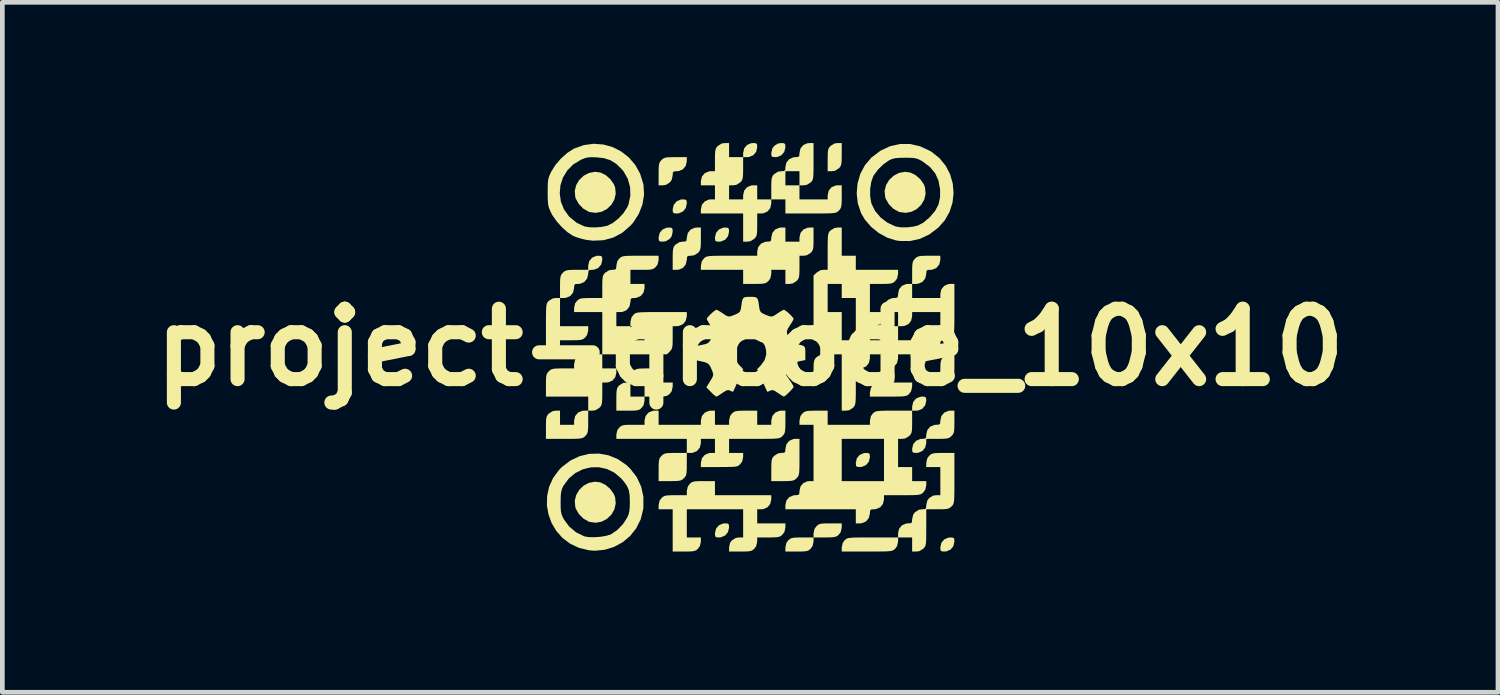
<source format=kicad_pcb>
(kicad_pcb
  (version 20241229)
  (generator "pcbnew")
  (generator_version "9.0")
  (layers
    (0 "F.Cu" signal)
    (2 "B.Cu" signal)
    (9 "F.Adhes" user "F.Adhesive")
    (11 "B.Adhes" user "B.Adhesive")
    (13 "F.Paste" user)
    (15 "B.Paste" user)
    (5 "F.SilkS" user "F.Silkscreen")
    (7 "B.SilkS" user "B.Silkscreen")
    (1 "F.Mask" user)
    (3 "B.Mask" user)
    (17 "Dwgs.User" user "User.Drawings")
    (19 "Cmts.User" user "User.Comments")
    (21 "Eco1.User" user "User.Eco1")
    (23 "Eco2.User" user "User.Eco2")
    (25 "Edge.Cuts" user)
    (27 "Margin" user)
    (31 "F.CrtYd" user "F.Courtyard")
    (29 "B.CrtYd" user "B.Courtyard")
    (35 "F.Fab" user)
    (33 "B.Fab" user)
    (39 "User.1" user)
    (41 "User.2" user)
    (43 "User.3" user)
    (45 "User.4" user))
  (footprint "project-qrcode_10x10"
    (layer "F.Cu")
    (at 12.943 4.354)
    (property "Reference" "project-qrcode_10x10" (at 0 0 0) (layer "F.SilkS") (effects (font (size 1.5 1.5) (thickness 0.3))))
    (attr board_only exclude_from_pos_files exclude_from_bom)
    (fp_poly (pts (xy -1.681 -2.549) (xy -1.657 -2.527) (xy -1.652 -2.473) (xy -1.652 -2.464) (xy -1.673 -2.368) (xy -1.713 -2.314) (xy -1.795 -2.262) (xy -1.863 -2.252) (xy -1.922 -2.256) (xy -1.947 -2.277) (xy -1.952 -2.331) (xy -1.952 -2.341) (xy -1.93 -2.438) (xy -1.869 -2.511) (xy -1.78 -2.549) (xy -1.74 -2.553)) (stroke (width 0) (type solid)) (fill yes) (layer "F.SilkS"))
    (fp_poly (pts (xy -1.381 -3.149) (xy -1.356 -3.128) (xy -1.351 -3.074) (xy -1.351 -3.064) (xy -1.374 -2.967) (xy -1.434 -2.894) (xy -1.523 -2.856) (xy -1.563 -2.853) (xy -1.622 -2.857) (xy -1.647 -2.878) (xy -1.652 -2.932) (xy -1.652 -2.942) (xy -1.629 -3.039) (xy -1.569 -3.111) (xy -1.48 -3.15) (xy -1.44 -3.153)) (stroke (width 0) (type solid)) (fill yes) (layer "F.SilkS"))
    (fp_poly (pts (xy -0.48 -2.549) (xy -0.455 -2.527) (xy -0.45 -2.473) (xy -0.45 -2.464) (xy -0.473 -2.366) (xy -0.533 -2.294) (xy -0.622 -2.256) (xy -0.662 -2.252) (xy -0.721 -2.256) (xy -0.746 -2.277) (xy -0.751 -2.331) (xy -0.751 -2.341) (xy -0.728 -2.438) (xy -0.668 -2.511) (xy -0.579 -2.549) (xy -0.539 -2.553)) (stroke (width 0) (type solid)) (fill yes) (layer "F.SilkS"))
    (fp_poly (pts (xy -0.48 3.757) (xy -0.455 3.779) (xy -0.45 3.833) (xy -0.45 3.842) (xy -0.473 3.94) (xy -0.533 4.012) (xy -0.622 4.05) (xy -0.662 4.054) (xy -0.721 4.05) (xy -0.746 4.029) (xy -0.751 3.975) (xy -0.751 3.965) (xy -0.728 3.868) (xy -0.668 3.795) (xy -0.579 3.757) (xy -0.539 3.754)) (stroke (width 0) (type solid)) (fill yes) (layer "F.SilkS"))
    (fp_poly (pts (xy 0.721 -4.351) (xy 0.746 -4.329) (xy 0.751 -4.275) (xy 0.751 -4.266) (xy 0.728 -4.168) (xy 0.668 -4.096) (xy 0.579 -4.057) (xy 0.539 -4.054) (xy 0.48 -4.058) (xy 0.455 -4.079) (xy 0.45 -4.133) (xy 0.45 -4.143) (xy 0.472 -4.238) (xy 0.512 -4.293) (xy 0.594 -4.345) (xy 0.662 -4.354)) (stroke (width 0) (type solid)) (fill yes) (layer "F.SilkS"))
    (fp_poly (pts (xy 2.523 2.256) (xy 2.547 2.277) (xy 2.552 2.331) (xy 2.553 2.341) (xy 2.53 2.438) (xy 2.47 2.511) (xy 2.381 2.549) (xy 2.341 2.553) (xy 2.282 2.549) (xy 2.257 2.527) (xy 2.252 2.473) (xy 2.252 2.464) (xy 2.274 2.366) (xy 2.335 2.294) (xy 2.424 2.256) (xy 2.464 2.252)) (stroke (width 0) (type solid)) (fill yes) (layer "F.SilkS"))
    (fp_poly (pts (xy 4.325 4.058) (xy 4.349 4.079) (xy 4.354 4.133) (xy 4.354 4.143) (xy 4.332 4.24) (xy 4.272 4.313) (xy 4.183 4.351) (xy 4.143 4.354) (xy 4.084 4.351) (xy 4.059 4.329) (xy 4.054 4.275) (xy 4.054 4.266) (xy 4.076 4.168) (xy 4.137 4.096) (xy 4.225 4.057) (xy 4.266 4.054)) (stroke (width 0) (type solid)) (fill yes) (layer "F.SilkS"))
    (fp_poly (pts (xy 1.952 -4.115) (xy 1.951 -4.002) (xy 1.946 -3.927) (xy 1.935 -3.878) (xy 1.916 -3.843) (xy 1.89 -3.815) (xy 1.808 -3.763) (xy 1.74 -3.754) (xy 1.652 -3.754) (xy 1.652 -3.993) (xy 1.653 -4.106) (xy 1.657 -4.181) (xy 1.668 -4.23) (xy 1.688 -4.265) (xy 1.713 -4.293) (xy 1.795 -4.345) (xy 1.863 -4.354) (xy 1.952 -4.354)) (stroke (width 0) (type solid)) (fill yes) (layer "F.SilkS"))
    (fp_poly (pts (xy 4.354 0.389) (xy 4.353 0.502) (xy 4.349 0.577) (xy 4.338 0.626) (xy 4.318 0.661) (xy 4.293 0.689) (xy 4.211 0.741) (xy 4.143 0.751) (xy 4.054 0.751) (xy 4.054 0.512) (xy 4.055 0.399) (xy 4.06 0.324) (xy 4.071 0.275) (xy 4.09 0.24) (xy 4.115 0.212) (xy 4.198 0.16) (xy 4.266 0.15) (xy 4.354 0.15)) (stroke (width 0) (type solid)) (fill yes) (layer "F.SilkS"))
    (fp_poly (pts (xy 3.453 0.839) (xy 3.432 0.935) (xy 3.392 0.99) (xy 3.367 1.013) (xy 3.34 1.029) (xy 3.302 1.04) (xy 3.246 1.047) (xy 3.162 1.05) (xy 3.043 1.051) (xy 2.942 1.051) (xy 2.553 1.051) (xy 2.553 0.962) (xy 2.574 0.867) (xy 2.614 0.812) (xy 2.639 0.789) (xy 2.666 0.772) (xy 2.703 0.761) (xy 2.76 0.755) (xy 2.844 0.752) (xy 2.963 0.751) (xy 3.064 0.751) (xy 3.453 0.751)) (stroke (width 0) (type solid)) (fill yes) (layer "F.SilkS"))
    (fp_poly (pts (xy -3.198 -3.727) (xy -3.084 -3.674) (xy -2.982 -3.585) (xy -2.906 -3.477) (xy -2.879 -3.409) (xy -2.866 -3.274) (xy -2.896 -3.148) (xy -2.96 -3.038) (xy -3.053 -2.949) (xy -3.166 -2.89) (xy -3.292 -2.866) (xy -3.425 -2.884) (xy -3.441 -2.89) (xy -3.555 -2.954) (xy -3.652 -3.053) (xy -3.718 -3.169) (xy -3.728 -3.201) (xy -3.74 -3.333) (xy -3.709 -3.458) (xy -3.644 -3.568) (xy -3.55 -3.657) (xy -3.436 -3.717) (xy -3.308 -3.741)) (stroke (width 0) (type solid)) (fill yes) (layer "F.SilkS"))
    (fp_poly (pts (xy -3.198 2.879) (xy -3.084 2.933) (xy -2.982 3.021) (xy -2.906 3.13) (xy -2.879 3.198) (xy -2.866 3.332) (xy -2.896 3.458) (xy -2.96 3.569) (xy -3.053 3.657) (xy -3.166 3.717) (xy -3.292 3.741) (xy -3.425 3.722) (xy -3.441 3.717) (xy -3.555 3.652) (xy -3.652 3.554) (xy -3.718 3.438) (xy -3.728 3.405) (xy -3.74 3.274) (xy -3.709 3.149) (xy -3.644 3.038) (xy -3.55 2.949) (xy -3.436 2.889) (xy -3.308 2.866)) (stroke (width 0) (type solid)) (fill yes) (layer "F.SilkS"))
    (fp_poly (pts (xy 3.409 -3.727) (xy 3.522 -3.674) (xy 3.625 -3.585) (xy 3.701 -3.477) (xy 3.727 -3.409) (xy 3.74 -3.274) (xy 3.711 -3.148) (xy 3.646 -3.038) (xy 3.554 -2.949) (xy 3.44 -2.89) (xy 3.314 -2.866) (xy 3.182 -2.884) (xy 3.166 -2.89) (xy 3.052 -2.954) (xy 2.955 -3.053) (xy 2.889 -3.169) (xy 2.878 -3.201) (xy 2.866 -3.333) (xy 2.897 -3.458) (xy 2.963 -3.568) (xy 3.057 -3.657) (xy 3.171 -3.717) (xy 3.298 -3.741)) (stroke (width 0) (type solid)) (fill yes) (layer "F.SilkS"))
    (fp_poly (pts (xy -1.351 -3.965) (xy -1.374 -3.868) (xy -1.434 -3.795) (xy -1.523 -3.757) (xy -1.563 -3.754) (xy -1.622 -3.75) (xy -1.647 -3.729) (xy -1.652 -3.674) (xy -1.652 -3.665) (xy -1.673 -3.569) (xy -1.713 -3.515) (xy -1.795 -3.463) (xy -1.863 -3.453) (xy -1.952 -3.453) (xy -1.952 -3.692) (xy -1.951 -3.805) (xy -1.946 -3.88) (xy -1.935 -3.929) (xy -1.916 -3.964) (xy -1.89 -3.993) (xy -1.858 -4.021) (xy -1.821 -4.039) (xy -1.769 -4.049) (xy -1.69 -4.053) (xy -1.59 -4.054) (xy -1.351 -4.054)) (stroke (width 0) (type solid)) (fill yes) (layer "F.SilkS"))
    (fp_poly (pts (xy 1.051 2.341) (xy 1.051 2.489) (xy 1.049 2.595) (xy 1.045 2.668) (xy 1.037 2.717) (xy 1.024 2.749) (xy 1.006 2.775) (xy 0.99 2.791) (xy 0.957 2.82) (xy 0.921 2.838) (xy 0.869 2.848) (xy 0.789 2.852) (xy 0.689 2.853) (xy 0.45 2.853) (xy 0.45 2.614) (xy 0.451 2.501) (xy 0.456 2.426) (xy 0.467 2.377) (xy 0.486 2.342) (xy 0.512 2.314) (xy 0.594 2.262) (xy 0.662 2.252) (xy 0.721 2.249) (xy 0.746 2.227) (xy 0.751 2.173) (xy 0.751 2.163) (xy 0.773 2.066) (xy 0.833 1.994) (xy 0.922 1.955) (xy 0.962 1.952) (xy 1.051 1.952)) (stroke (width 0) (type solid)) (fill yes) (layer "F.SilkS"))
    (fp_poly (pts (xy -1.051 -2.314) (xy -1.052 -2.201) (xy -1.057 -2.126) (xy -1.068 -2.077) (xy -1.087 -2.042) (xy -1.112 -2.013) (xy -1.195 -1.962) (xy -1.263 -1.952) (xy -1.322 -1.948) (xy -1.346 -1.927) (xy -1.351 -1.873) (xy -1.351 -1.863) (xy -1.374 -1.766) (xy -1.434 -1.693) (xy -1.523 -1.655) (xy -1.563 -1.652) (xy -1.652 -1.652) (xy -1.652 -1.89) (xy -1.651 -2.003) (xy -1.646 -2.078) (xy -1.635 -2.128) (xy -1.616 -2.163) (xy -1.59 -2.191) (xy -1.508 -2.242) (xy -1.44 -2.252) (xy -1.381 -2.256) (xy -1.356 -2.277) (xy -1.351 -2.331) (xy -1.351 -2.341) (xy -1.329 -2.438) (xy -1.269 -2.511) (xy -1.18 -2.549) (xy -1.14 -2.553) (xy -1.051 -2.553)) (stroke (width 0) (type solid)) (fill yes) (layer "F.SilkS"))
    (fp_poly (pts (xy 1.952 3.842) (xy 1.931 3.938) (xy 1.89 3.993) (xy 1.858 4.021) (xy 1.821 4.039) (xy 1.769 4.049) (xy 1.69 4.053) (xy 1.59 4.054) (xy 1.351 4.054) (xy 1.351 4.143) (xy 1.33 4.238) (xy 1.29 4.293) (xy 1.257 4.322) (xy 1.221 4.34) (xy 1.169 4.35) (xy 1.089 4.354) (xy 0.99 4.354) (xy 0.751 4.354) (xy 0.751 4.266) (xy 0.772 4.17) (xy 0.812 4.115) (xy 0.845 4.087) (xy 0.881 4.069) (xy 0.933 4.059) (xy 1.013 4.055) (xy 1.112 4.054) (xy 1.351 4.054) (xy 1.351 3.965) (xy 1.373 3.869) (xy 1.413 3.815) (xy 1.446 3.786) (xy 1.482 3.768) (xy 1.534 3.758) (xy 1.613 3.754) (xy 1.713 3.754) (xy 1.952 3.754)) (stroke (width 0) (type solid)) (fill yes) (layer "F.SilkS"))
    (fp_poly (pts (xy 4.354 1.59) (xy 4.353 1.703) (xy 4.349 1.778) (xy 4.338 1.827) (xy 4.318 1.862) (xy 4.293 1.89) (xy 4.26 1.919) (xy 4.224 1.937) (xy 4.172 1.947) (xy 4.092 1.951) (xy 3.993 1.952) (xy 3.754 1.952) (xy 3.754 2.041) (xy 3.731 2.138) (xy 3.671 2.211) (xy 3.582 2.249) (xy 3.542 2.252) (xy 3.483 2.249) (xy 3.458 2.227) (xy 3.453 2.173) (xy 3.453 2.163) (xy 3.476 2.066) (xy 3.536 1.994) (xy 3.625 1.955) (xy 3.665 1.952) (xy 3.724 1.948) (xy 3.749 1.927) (xy 3.754 1.873) (xy 3.754 1.863) (xy 3.776 1.766) (xy 3.836 1.693) (xy 3.925 1.655) (xy 3.965 1.652) (xy 4.024 1.648) (xy 4.049 1.627) (xy 4.054 1.572) (xy 4.054 1.563) (xy 4.076 1.466) (xy 4.137 1.393) (xy 4.225 1.355) (xy 4.266 1.351) (xy 4.354 1.351)) (stroke (width 0) (type solid)) (fill yes) (layer "F.SilkS"))
    (fp_poly (pts (xy -1.952 0.601) (xy -1.952 0.751) (xy -1.802 0.751) (xy -1.652 0.751) (xy -1.652 0.839) (xy -1.673 0.935) (xy -1.713 0.99) (xy -1.746 1.018) (xy -1.782 1.036) (xy -1.834 1.046) (xy -1.914 1.05) (xy -2.013 1.051) (xy -2.252 1.051) (xy -2.252 1.14) (xy -2.273 1.236) (xy -2.314 1.29) (xy -2.346 1.319) (xy -2.383 1.337) (xy -2.435 1.347) (xy -2.514 1.351) (xy -2.614 1.351) (xy -2.853 1.351) (xy -2.853 1.112) (xy -2.852 0.999) (xy -2.847 0.924) (xy -2.842 0.901) (xy -2.553 0.901) (xy -2.553 1.051) (xy -2.402 1.051) (xy -2.252 1.051) (xy -2.252 0.901) (xy -2.252 0.751) (xy -2.402 0.751) (xy -2.553 0.751) (xy -2.553 0.901) (xy -2.842 0.901) (xy -2.836 0.875) (xy -2.817 0.84) (xy -2.791 0.812) (xy -2.709 0.761) (xy -2.641 0.751) (xy -2.582 0.747) (xy -2.558 0.726) (xy -2.553 0.671) (xy -2.553 0.662) (xy -2.531 0.566) (xy -2.491 0.512) (xy -2.458 0.483) (xy -2.422 0.465) (xy -2.37 0.455) (xy -2.29 0.451) (xy -2.191 0.45) (xy -1.952 0.45)) (stroke (width 0) (type solid)) (fill yes) (layer "F.SilkS"))
    (fp_poly (pts (xy 0.751 -2.402) (xy 0.751 -2.252) (xy 0.901 -2.252) (xy 1.051 -2.252) (xy 1.051 -2.341) (xy 1.073 -2.438) (xy 1.134 -2.511) (xy 1.222 -2.549) (xy 1.263 -2.553) (xy 1.351 -2.553) (xy 1.351 -2.314) (xy 1.35 -2.201) (xy 1.346 -2.126) (xy 1.335 -2.077) (xy 1.315 -2.042) (xy 1.29 -2.013) (xy 1.208 -1.962) (xy 1.14 -1.952) (xy 1.051 -1.952) (xy 1.051 -1.713) (xy 1.05 -1.6) (xy 1.045 -1.525) (xy 1.034 -1.476) (xy 1.015 -1.441) (xy 0.99 -1.413) (xy 0.907 -1.361) (xy 0.839 -1.351) (xy 0.751 -1.351) (xy 0.751 -1.501) (xy 0.751 -1.652) (xy 0.601 -1.652) (xy 0.45 -1.652) (xy 0.45 -1.563) (xy 0.429 -1.467) (xy 0.389 -1.413) (xy 0.356 -1.384) (xy 0.32 -1.366) (xy 0.268 -1.356) (xy 0.188 -1.352) (xy 0.089 -1.351) (xy -0.15 -1.351) (xy -0.15 -1.501) (xy -0.15 -1.652) (xy -0.601 -1.652) (xy -1.051 -1.652) (xy -1.051 -1.74) (xy -1.03 -1.836) (xy -0.99 -1.89) (xy -0.968 -1.911) (xy -0.946 -1.926) (xy -0.915 -1.937) (xy -0.87 -1.944) (xy -0.802 -1.949) (xy -0.705 -1.951) (xy -0.572 -1.952) (xy -0.397 -1.952) (xy -0.389 -1.952) (xy 0.15 -1.952) (xy 0.15 -2.041) (xy 0.172 -2.138) (xy 0.233 -2.211) (xy 0.322 -2.249) (xy 0.362 -2.252) (xy 0.421 -2.256) (xy 0.445 -2.277) (xy 0.45 -2.331) (xy 0.45 -2.341) (xy 0.473 -2.438) (xy 0.533 -2.511) (xy 0.622 -2.549) (xy 0.662 -2.553) (xy 0.751 -2.553)) (stroke (width 0) (type solid)) (fill yes) (layer "F.SilkS"))
    (fp_poly (pts (xy -3.183 -1.948) (xy -3.158 -1.927) (xy -3.153 -1.873) (xy -3.153 -1.863) (xy -3.175 -1.766) (xy -3.236 -1.693) (xy -3.325 -1.655) (xy -3.365 -1.652) (xy -3.424 -1.648) (xy -3.448 -1.627) (xy -3.453 -1.572) (xy -3.453 -1.563) (xy -3.476 -1.466) (xy -3.536 -1.393) (xy -3.625 -1.355) (xy -3.665 -1.351) (xy -3.724 -1.348) (xy -3.749 -1.326) (xy -3.754 -1.272) (xy -3.754 -1.263) (xy -3.776 -1.165) (xy -3.836 -1.093) (xy -3.925 -1.055) (xy -3.965 -1.051) (xy -4.054 -1.051) (xy -4.054 -0.751) (xy -4.054 -0.45) (xy -3.754 -0.45) (xy -3.453 -0.45) (xy -3.453 -0.362) (xy -3.475 -0.266) (xy -3.515 -0.212) (xy -3.548 -0.183) (xy -3.584 -0.165) (xy -3.636 -0.155) (xy -3.716 -0.151) (xy -3.815 -0.15) (xy -4.054 -0.15) (xy -4.054 -0.061) (xy -4.076 0.036) (xy -4.137 0.108) (xy -4.225 0.147) (xy -4.266 0.15) (xy -4.354 0.15) (xy -4.354 -0.389) (xy -4.354 -0.566) (xy -4.353 -0.701) (xy -4.351 -0.799) (xy -4.347 -0.867) (xy -4.339 -0.914) (xy -4.329 -0.945) (xy -4.314 -0.968) (xy -4.294 -0.989) (xy -4.293 -0.99) (xy -4.211 -1.041) (xy -4.143 -1.051) (xy -4.054 -1.051) (xy -4.054 -1.29) (xy -4.053 -1.403) (xy -4.048 -1.478) (xy -4.037 -1.527) (xy -4.018 -1.562) (xy -3.993 -1.59) (xy -3.96 -1.619) (xy -3.923 -1.637) (xy -3.871 -1.647) (xy -3.792 -1.651) (xy -3.692 -1.652) (xy -3.453 -1.652) (xy -3.453 -1.74) (xy -3.431 -1.838) (xy -3.371 -1.91) (xy -3.282 -1.948) (xy -3.242 -1.952)) (stroke (width 0) (type solid)) (fill yes) (layer "F.SilkS"))
    (fp_poly (pts (xy 3.407 -4.334) (xy 3.622 -4.285) (xy 3.833 -4.187) (xy 3.868 -4.166) (xy 4.037 -4.031) (xy 4.169 -3.869) (xy 4.263 -3.687) (xy 4.319 -3.49) (xy 4.336 -3.287) (xy 4.314 -3.084) (xy 4.251 -2.888) (xy 4.148 -2.706) (xy 4.01 -2.55) (xy 3.82 -2.407) (xy 3.619 -2.312) (xy 3.406 -2.265) (xy 3.185 -2.267) (xy 3.103 -2.28) (xy 2.918 -2.339) (xy 2.739 -2.438) (xy 2.577 -2.57) (xy 2.444 -2.723) (xy 2.364 -2.861) (xy 2.295 -3.067) (xy 2.277 -3.224) (xy 2.558 -3.224) (xy 2.58 -3.086) (xy 2.588 -3.058) (xy 2.663 -2.907) (xy 2.778 -2.77) (xy 2.922 -2.659) (xy 3.085 -2.582) (xy 3.103 -2.576) (xy 3.208 -2.558) (xy 3.338 -2.557) (xy 3.47 -2.571) (xy 3.568 -2.594) (xy 3.686 -2.654) (xy 3.811 -2.757) (xy 3.831 -2.776) (xy 3.944 -2.909) (xy 4.015 -3.045) (xy 4.048 -3.196) (xy 4.049 -3.363) (xy 4.016 -3.549) (xy 3.945 -3.709) (xy 3.831 -3.846) (xy 3.671 -3.965) (xy 3.655 -3.974) (xy 3.595 -4.006) (xy 3.539 -4.026) (xy 3.472 -4.037) (xy 3.378 -4.041) (xy 3.303 -4.041) (xy 3.18 -4.039) (xy 3.093 -4.031) (xy 3.027 -4.015) (xy 2.967 -3.989) (xy 2.965 -3.988) (xy 2.843 -3.903) (xy 2.727 -3.791) (xy 2.637 -3.67) (xy 2.621 -3.641) (xy 2.58 -3.522) (xy 2.558 -3.376) (xy 2.558 -3.224) (xy 2.277 -3.224) (xy 2.271 -3.28) (xy 2.289 -3.493) (xy 2.348 -3.697) (xy 2.447 -3.883) (xy 2.584 -4.044) (xy 2.591 -4.05) (xy 2.78 -4.192) (xy 2.982 -4.287) (xy 3.192 -4.334)) (stroke (width 0) (type solid)) (fill yes) (layer "F.SilkS"))
    (fp_poly (pts (xy -0.751 3.003) (xy -0.751 3.153) (xy -0.15 3.153) (xy 0.45 3.153) (xy 0.45 3.242) (xy 0.428 3.339) (xy 0.368 3.412) (xy 0.279 3.45) (xy 0.239 3.453) (xy 0.15 3.453) (xy 0.15 3.604) (xy 0.15 3.754) (xy 0.45 3.754) (xy 0.751 3.754) (xy 0.751 3.842) (xy 0.73 3.938) (xy 0.689 3.993) (xy 0.657 4.021) (xy 0.62 4.039) (xy 0.568 4.049) (xy 0.489 4.053) (xy 0.389 4.054) (xy 0.15 4.054) (xy 0.15 4.143) (xy 0.129 4.238) (xy 0.089 4.293) (xy 0.056 4.322) (xy 0.02 4.34) (xy -0.032 4.35) (xy -0.112 4.354) (xy -0.212 4.354) (xy -0.45 4.354) (xy -0.45 4.266) (xy -0.429 4.17) (xy -0.389 4.115) (xy -0.307 4.064) (xy -0.239 4.054) (xy -0.15 4.054) (xy -0.15 3.754) (xy -0.15 3.453) (xy -0.751 3.453) (xy -1.351 3.453) (xy -1.351 3.754) (xy -1.351 4.054) (xy -1.201 4.054) (xy -1.051 4.054) (xy -1.051 4.143) (xy -1.072 4.238) (xy -1.112 4.293) (xy -1.145 4.322) (xy -1.182 4.34) (xy -1.234 4.35) (xy -1.313 4.354) (xy -1.413 4.354) (xy -1.652 4.354) (xy -1.652 3.904) (xy -1.652 3.453) (xy -1.802 3.453) (xy -1.952 3.453) (xy -1.952 3.365) (xy -1.931 3.269) (xy -1.89 3.215) (xy -1.858 3.186) (xy -1.821 3.168) (xy -1.769 3.158) (xy -1.69 3.154) (xy -1.59 3.153) (xy -1.351 3.153) (xy -1.351 3.064) (xy -1.33 2.969) (xy -1.29 2.914) (xy -1.257 2.885) (xy -1.221 2.867) (xy -1.169 2.858) (xy -1.089 2.854) (xy -0.99 2.853) (xy -0.751 2.853)) (stroke (width 0) (type solid)) (fill yes) (layer "F.SilkS"))
    (fp_poly (pts (xy -3.019 2.303) (xy -2.822 2.384) (xy -2.641 2.508) (xy -2.555 2.59) (xy -2.416 2.771) (xy -2.323 2.972) (xy -2.276 3.189) (xy -2.277 3.42) (xy -2.282 3.458) (xy -2.334 3.668) (xy -2.428 3.857) (xy -2.558 4.021) (xy -2.717 4.155) (xy -2.901 4.255) (xy -3.102 4.317) (xy -3.316 4.337) (xy -3.441 4.327) (xy -3.654 4.275) (xy -3.842 4.185) (xy -4.003 4.063) (xy -4.134 3.914) (xy -4.234 3.744) (xy -4.301 3.559) (xy -4.334 3.366) (xy -4.332 3.303) (xy -4.041 3.303) (xy -4.04 3.42) (xy -4.034 3.502) (xy -4.019 3.565) (xy -3.994 3.626) (xy -3.97 3.671) (xy -3.858 3.822) (xy -3.712 3.944) (xy -3.543 4.027) (xy -3.53 4.032) (xy -3.442 4.047) (xy -3.325 4.049) (xy -3.197 4.04) (xy -3.077 4.021) (xy -2.983 3.994) (xy -2.965 3.986) (xy -2.832 3.894) (xy -2.712 3.77) (xy -2.622 3.631) (xy -2.622 3.631) (xy -2.592 3.561) (xy -2.575 3.488) (xy -2.567 3.394) (xy -2.565 3.291) (xy -2.57 3.152) (xy -2.588 3.045) (xy -2.626 2.956) (xy -2.689 2.866) (xy -2.755 2.791) (xy -2.896 2.672) (xy -3.056 2.594) (xy -3.226 2.557) (xy -3.4 2.56) (xy -3.569 2.602) (xy -3.727 2.681) (xy -3.866 2.796) (xy -3.977 2.947) (xy -3.988 2.965) (xy -4.014 3.025) (xy -4.031 3.091) (xy -4.039 3.177) (xy -4.041 3.299) (xy -4.041 3.303) (xy -4.332 3.303) (xy -4.329 3.169) (xy -4.286 2.974) (xy -4.202 2.787) (xy -4.075 2.615) (xy -4.017 2.555) (xy -3.837 2.417) (xy -3.641 2.323) (xy -3.435 2.272) (xy -3.226 2.266)) (stroke (width 0) (type solid)) (fill yes) (layer "F.SilkS"))
    (fp_poly (pts (xy -3.129 -4.323) (xy -2.931 -4.268) (xy -2.748 -4.174) (xy -2.586 -4.047) (xy -2.45 -3.888) (xy -2.346 -3.701) (xy -2.28 -3.489) (xy -2.274 -3.46) (xy -2.262 -3.251) (xy -2.297 -3.042) (xy -2.376 -2.841) (xy -2.495 -2.657) (xy -2.551 -2.594) (xy -2.724 -2.444) (xy -2.916 -2.34) (xy -3.126 -2.283) (xy -3.351 -2.273) (xy -3.492 -2.29) (xy -3.6 -2.315) (xy -3.707 -2.348) (xy -3.778 -2.377) (xy -3.892 -2.452) (xy -4.012 -2.559) (xy -4.124 -2.684) (xy -4.214 -2.812) (xy -4.243 -2.865) (xy -4.275 -2.935) (xy -4.297 -2.995) (xy -4.309 -3.059) (xy -4.315 -3.142) (xy -4.317 -3.256) (xy -4.317 -3.28) (xy -4.06 -3.28) (xy -4.036 -3.107) (xy -3.97 -2.941) (xy -3.861 -2.789) (xy -3.844 -2.772) (xy -3.692 -2.65) (xy -3.529 -2.576) (xy -3.428 -2.559) (xy -3.302 -2.556) (xy -3.171 -2.566) (xy -3.057 -2.589) (xy -3.039 -2.594) (xy -2.923 -2.654) (xy -2.806 -2.747) (xy -2.701 -2.86) (xy -2.622 -2.981) (xy -2.596 -3.04) (xy -2.555 -3.228) (xy -2.56 -3.414) (xy -2.609 -3.592) (xy -2.7 -3.752) (xy -2.732 -3.79) (xy -2.854 -3.91) (xy -2.979 -3.988) (xy -3.122 -4.033) (xy -3.267 -4.049) (xy -3.378 -4.053) (xy -3.459 -4.048) (xy -3.527 -4.031) (xy -3.603 -4.001) (xy -3.609 -3.998) (xy -3.771 -3.899) (xy -3.899 -3.77) (xy -3.991 -3.619) (xy -4.045 -3.453) (xy -4.06 -3.28) (xy -4.317 -3.28) (xy -4.317 -3.303) (xy -4.316 -3.431) (xy -4.312 -3.523) (xy -4.302 -3.592) (xy -4.284 -3.652) (xy -4.255 -3.716) (xy -4.243 -3.741) (xy -4.155 -3.883) (xy -4.036 -4.022) (xy -3.901 -4.143) (xy -3.764 -4.231) (xy -3.754 -4.236) (xy -3.546 -4.311) (xy -3.336 -4.339)) (stroke (width 0) (type solid)) (fill yes) (layer "F.SilkS"))
    (fp_poly (pts (xy 4.354 2.791) (xy 4.354 2.969) (xy 4.353 3.103) (xy 4.351 3.201) (xy 4.347 3.27) (xy 4.339 3.316) (xy 4.329 3.347) (xy 4.314 3.37) (xy 4.294 3.391) (xy 4.293 3.392) (xy 4.26 3.421) (xy 4.224 3.439) (xy 4.172 3.449) (xy 4.092 3.453) (xy 3.993 3.453) (xy 3.754 3.453) (xy 3.754 3.842) (xy 3.753 3.99) (xy 3.752 4.096) (xy 3.748 4.169) (xy 3.74 4.218) (xy 3.727 4.251) (xy 3.708 4.276) (xy 3.692 4.293) (xy 3.61 4.345) (xy 3.542 4.354) (xy 3.453 4.354) (xy 3.453 4.204) (xy 3.453 4.054) (xy 3.303 4.054) (xy 3.153 4.054) (xy 3.153 4.143) (xy 3.132 4.238) (xy 3.092 4.293) (xy 3.07 4.313) (xy 3.048 4.328) (xy 3.017 4.339) (xy 2.972 4.346) (xy 2.904 4.351) (xy 2.807 4.353) (xy 2.674 4.354) (xy 2.499 4.354) (xy 2.491 4.354) (xy 1.952 4.354) (xy 1.952 4.266) (xy 1.973 4.17) (xy 2.013 4.115) (xy 2.035 4.095) (xy 2.057 4.08) (xy 2.088 4.069) (xy 2.133 4.062) (xy 2.201 4.057) (xy 2.298 4.055) (xy 2.431 4.054) (xy 2.606 4.054) (xy 2.614 4.054) (xy 3.153 4.054) (xy 3.153 3.965) (xy 3.175 3.868) (xy 3.236 3.795) (xy 3.325 3.757) (xy 3.365 3.754) (xy 3.424 3.75) (xy 3.448 3.729) (xy 3.453 3.674) (xy 3.453 3.665) (xy 3.475 3.569) (xy 3.515 3.515) (xy 3.597 3.463) (xy 3.665 3.453) (xy 3.724 3.45) (xy 3.749 3.428) (xy 3.754 3.374) (xy 3.754 3.365) (xy 3.775 3.269) (xy 3.815 3.215) (xy 3.897 3.163) (xy 3.965 3.153) (xy 4.054 3.153) (xy 4.054 2.853) (xy 4.054 2.553) (xy 3.904 2.553) (xy 3.754 2.553) (xy 3.754 2.464) (xy 3.775 2.368) (xy 3.815 2.314) (xy 3.848 2.285) (xy 3.884 2.267) (xy 3.936 2.257) (xy 4.016 2.253) (xy 4.115 2.252) (xy 4.354 2.252)) (stroke (width 0) (type solid)) (fill yes) (layer "F.SilkS"))
    (fp_poly (pts (xy 3.724 1.055) (xy 3.749 1.076) (xy 3.754 1.13) (xy 3.754 1.14) (xy 3.731 1.237) (xy 3.671 1.31) (xy 3.582 1.348) (xy 3.542 1.351) (xy 3.453 1.351) (xy 3.453 1.59) (xy 3.452 1.703) (xy 3.448 1.778) (xy 3.437 1.827) (xy 3.417 1.862) (xy 3.392 1.89) (xy 3.31 1.942) (xy 3.242 1.952) (xy 3.153 1.952) (xy 3.153 2.252) (xy 3.153 2.553) (xy 3.303 2.553) (xy 3.453 2.553) (xy 3.453 2.703) (xy 3.453 2.853) (xy 3.604 2.853) (xy 3.754 2.853) (xy 3.754 2.942) (xy 3.733 3.037) (xy 3.692 3.092) (xy 3.667 3.115) (xy 3.64 3.131) (xy 3.603 3.142) (xy 3.546 3.149) (xy 3.463 3.152) (xy 3.343 3.153) (xy 3.242 3.153) (xy 2.853 3.153) (xy 2.853 3.242) (xy 2.831 3.339) (xy 2.77 3.412) (xy 2.681 3.45) (xy 2.641 3.453) (xy 2.582 3.457) (xy 2.558 3.478) (xy 2.553 3.533) (xy 2.553 3.542) (xy 2.53 3.639) (xy 2.47 3.712) (xy 2.381 3.75) (xy 2.341 3.754) (xy 2.252 3.754) (xy 2.252 3.604) (xy 2.252 3.453) (xy 1.501 3.453) (xy 0.751 3.453) (xy 0.751 3.365) (xy 0.773 3.267) (xy 0.833 3.195) (xy 0.922 3.157) (xy 0.962 3.153) (xy 1.022 3.149) (xy 1.046 3.128) (xy 1.051 3.074) (xy 1.051 3.064) (xy 1.073 2.967) (xy 1.134 2.894) (xy 1.222 2.856) (xy 1.263 2.853) (xy 1.351 2.853) (xy 1.351 2.402) (xy 1.952 2.402) (xy 1.952 2.853) (xy 2.402 2.853) (xy 2.853 2.853) (xy 2.853 2.402) (xy 2.853 1.952) (xy 2.402 1.952) (xy 1.952 1.952) (xy 1.952 2.402) (xy 1.351 2.402) (xy 1.351 2.252) (xy 1.351 1.652) (xy 1.201 1.652) (xy 1.051 1.652) (xy 1.051 1.563) (xy 1.072 1.467) (xy 1.112 1.413) (xy 1.145 1.384) (xy 1.182 1.366) (xy 1.234 1.356) (xy 1.313 1.352) (xy 1.413 1.351) (xy 1.652 1.351) (xy 1.652 1.501) (xy 1.652 1.652) (xy 2.102 1.652) (xy 2.553 1.652) (xy 2.553 1.563) (xy 2.574 1.467) (xy 2.614 1.413) (xy 2.639 1.389) (xy 2.666 1.373) (xy 2.703 1.362) (xy 2.76 1.356) (xy 2.844 1.352) (xy 2.963 1.351) (xy 3.064 1.351) (xy 3.453 1.351) (xy 3.453 1.263) (xy 3.476 1.165) (xy 3.536 1.093) (xy 3.625 1.055) (xy 3.665 1.051)) (stroke (width 0) (type solid)) (fill yes) (layer "F.SilkS"))
    (fp_poly (pts (xy -1.952 1.501) (xy -1.952 1.652) (xy -1.501 1.652) (xy -1.051 1.652) (xy -1.051 1.563) (xy -1.029 1.466) (xy -0.968 1.393) (xy -0.88 1.355) (xy -0.839 1.351) (xy -0.751 1.351) (xy -0.751 1.501) (xy -0.751 1.652) (xy -0.601 1.652) (xy -0.45 1.652) (xy -0.45 1.563) (xy -0.429 1.467) (xy -0.389 1.413) (xy -0.356 1.384) (xy -0.32 1.366) (xy -0.268 1.356) (xy -0.188 1.352) (xy -0.089 1.351) (xy 0.15 1.351) (xy 0.15 1.501) (xy 0.15 1.652) (xy 0.3 1.652) (xy 0.45 1.652) (xy 0.45 1.563) (xy 0.473 1.466) (xy 0.533 1.393) (xy 0.622 1.355) (xy 0.662 1.351) (xy 0.751 1.351) (xy 0.751 1.59) (xy 0.75 1.703) (xy 0.745 1.778) (xy 0.734 1.827) (xy 0.715 1.862) (xy 0.689 1.89) (xy 0.668 1.911) (xy 0.646 1.926) (xy 0.615 1.937) (xy 0.569 1.944) (xy 0.501 1.949) (xy 0.405 1.951) (xy 0.272 1.952) (xy 0.096 1.952) (xy 0.089 1.952) (xy -0.45 1.952) (xy -0.45 2.102) (xy -0.45 2.252) (xy -0.3 2.252) (xy -0.15 2.252) (xy -0.15 2.341) (xy -0.171 2.437) (xy -0.212 2.491) (xy -0.237 2.514) (xy -0.264 2.531) (xy -0.301 2.542) (xy -0.357 2.548) (xy -0.441 2.551) (xy -0.561 2.552) (xy -0.662 2.553) (xy -1.051 2.553) (xy -1.051 2.464) (xy -1.029 2.366) (xy -0.968 2.294) (xy -0.88 2.256) (xy -0.839 2.252) (xy -0.751 2.252) (xy -0.751 2.102) (xy -0.751 1.952) (xy -0.901 1.952) (xy -1.051 1.952) (xy -1.051 2.041) (xy -1.073 2.138) (xy -1.134 2.211) (xy -1.222 2.249) (xy -1.263 2.252) (xy -1.351 2.252) (xy -1.351 2.491) (xy -1.352 2.604) (xy -1.357 2.679) (xy -1.368 2.728) (xy -1.387 2.763) (xy -1.413 2.791) (xy -1.446 2.82) (xy -1.482 2.838) (xy -1.534 2.848) (xy -1.613 2.852) (xy -1.713 2.853) (xy -1.952 2.853) (xy -1.952 2.614) (xy -1.951 2.501) (xy -1.946 2.426) (xy -1.935 2.377) (xy -1.916 2.342) (xy -1.89 2.314) (xy -1.858 2.285) (xy -1.821 2.267) (xy -1.769 2.257) (xy -1.69 2.253) (xy -1.59 2.252) (xy -1.351 2.252) (xy -1.351 2.102) (xy -1.351 1.952) (xy -2.102 1.952) (xy -2.853 1.952) (xy -2.853 1.863) (xy -2.832 1.767) (xy -2.791 1.713) (xy -2.759 1.684) (xy -2.722 1.666) (xy -2.67 1.656) (xy -2.591 1.652) (xy -2.491 1.652) (xy -2.252 1.652) (xy -2.252 1.563) (xy -2.23 1.466) (xy -2.17 1.393) (xy -2.081 1.355) (xy -2.041 1.351) (xy -1.952 1.351)) (stroke (width 0) (type solid)) (fill yes) (layer "F.SilkS"))
    (fp_poly (pts (xy 0.081 -1.074) (xy 0.131 -1.062) (xy 0.16 -1.029) (xy 0.177 -0.966) (xy 0.19 -0.874) (xy 0.203 -0.797) (xy 0.225 -0.752) (xy 0.268 -0.721) (xy 0.318 -0.698) (xy 0.397 -0.666) (xy 0.45 -0.655) (xy 0.498 -0.668) (xy 0.559 -0.706) (xy 0.588 -0.726) (xy 0.653 -0.768) (xy 0.703 -0.795) (xy 0.719 -0.801) (xy 0.751 -0.784) (xy 0.802 -0.744) (xy 0.857 -0.693) (xy 0.903 -0.644) (xy 0.925 -0.61) (xy 0.926 -0.607) (xy 0.913 -0.574) (xy 0.879 -0.516) (xy 0.851 -0.473) (xy 0.803 -0.397) (xy 0.782 -0.342) (xy 0.787 -0.288) (xy 0.818 -0.216) (xy 0.83 -0.191) (xy 0.867 -0.122) (xy 0.906 -0.086) (xy 0.964 -0.068) (xy 0.996 -0.063) (xy 1.088 -0.047) (xy 1.142 -0.027) (xy 1.168 0.007) (xy 1.176 0.068) (xy 1.176 0.126) (xy 1.176 0.272) (xy 1.04 0.3) (xy 0.951 0.322) (xy 0.895 0.351) (xy 0.856 0.399) (xy 0.818 0.48) (xy 0.813 0.493) (xy 0.771 0.598) (xy 0.849 0.71) (xy 0.892 0.776) (xy 0.92 0.827) (xy 0.926 0.844) (xy 0.909 0.872) (xy 0.868 0.92) (xy 0.815 0.974) (xy 0.763 1.021) (xy 0.726 1.049) (xy 0.719 1.051) (xy 0.691 1.038) (xy 0.636 1.004) (xy 0.592 0.973) (xy 0.524 0.929) (xy 0.479 0.912) (xy 0.441 0.918) (xy 0.426 0.925) (xy 0.382 0.945) (xy 0.364 0.947) (xy 0.352 0.922) (xy 0.324 0.861) (xy 0.285 0.774) (xy 0.253 0.702) (xy 0.149 0.467) (xy 0.223 0.39) (xy 0.307 0.276) (xy 0.342 0.156) (xy 0.339 0.063) (xy 0.316 -0.03) (xy 0.273 -0.098) (xy 0.199 -0.157) (xy 0.175 -0.172) (xy 0.066 -0.215) (xy -0.046 -0.222) (xy -0.133 -0.197) (xy -0.246 -0.115) (xy -0.317 -0.013) (xy -0.345 0.103) (xy -0.327 0.224) (xy -0.263 0.343) (xy -0.223 0.39) (xy -0.149 0.467) (xy -0.253 0.702) (xy -0.297 0.801) (xy -0.333 0.882) (xy -0.357 0.933) (xy -0.364 0.947) (xy -0.388 0.943) (xy -0.426 0.925) (xy -0.465 0.912) (xy -0.506 0.92) (xy -0.564 0.954) (xy -0.592 0.973) (xy -0.657 1.017) (xy -0.705 1.045) (xy -0.721 1.051) (xy -0.748 1.034) (xy -0.797 0.992) (xy -0.838 0.952) (xy -0.934 0.853) (xy -0.854 0.723) (xy -0.81 0.65) (xy -0.79 0.602) (xy -0.79 0.561) (xy -0.807 0.509) (xy -0.814 0.491) (xy -0.852 0.405) (xy -0.891 0.354) (xy -0.945 0.324) (xy -1.032 0.302) (xy -1.04 0.3) (xy -1.176 0.272) (xy -1.176 0.125) (xy -1.176 -0.023) (xy -1.03 -0.051) (xy -0.946 -0.07) (xy -0.896 -0.093) (xy -0.861 -0.131) (xy -0.83 -0.191) (xy -0.793 -0.272) (xy -0.781 -0.328) (xy -0.795 -0.381) (xy -0.836 -0.45) (xy -0.851 -0.473) (xy -0.893 -0.539) (xy -0.92 -0.59) (xy -0.926 -0.607) (xy -0.908 -0.637) (xy -0.865 -0.685) (xy -0.811 -0.736) (xy -0.758 -0.779) (xy -0.722 -0.8) (xy -0.719 -0.801) (xy -0.688 -0.788) (xy -0.631 -0.754) (xy -0.588 -0.726) (xy -0.517 -0.678) (xy -0.466 -0.657) (xy -0.418 -0.66) (xy -0.35 -0.685) (xy -0.318 -0.698) (xy -0.252 -0.73) (xy -0.217 -0.763) (xy -0.199 -0.815) (xy -0.19 -0.874) (xy -0.176 -0.973) (xy -0.158 -1.033) (xy -0.127 -1.064) (xy -0.075 -1.075) (xy 0 -1.076)) (stroke (width 0) (type solid)) (fill yes) (layer "F.SilkS"))
    (fp_poly (pts (xy -0.45 -4.204) (xy -0.45 -4.054) (xy -0.3 -4.054) (xy -0.15 -4.054) (xy -0.15 -4.143) (xy -0.128 -4.24) (xy -0.068 -4.313) (xy 0.021 -4.351) (xy 0.061 -4.354) (xy 0.121 -4.351) (xy 0.145 -4.329) (xy 0.15 -4.275) (xy 0.15 -4.266) (xy 0.128 -4.168) (xy 0.068 -4.096) (xy -0.021 -4.057) (xy -0.061 -4.054) (xy -0.15 -4.054) (xy -0.15 -3.815) (xy -0.151 -3.702) (xy -0.156 -3.627) (xy -0.167 -3.578) (xy -0.186 -3.543) (xy -0.212 -3.515) (xy -0.294 -3.463) (xy -0.362 -3.453) (xy -0.45 -3.453) (xy -0.45 -3.303) (xy -0.45 -3.153) (xy -0.3 -3.153) (xy -0.15 -3.153) (xy -0.15 -3.242) (xy -0.128 -3.339) (xy -0.068 -3.412) (xy 0.021 -3.45) (xy 0.061 -3.453) (xy 0.15 -3.453) (xy 0.15 -3.303) (xy 0.15 -3.153) (xy 0.3 -3.153) (xy 0.45 -3.153) (xy 0.45 -3.392) (xy 0.451 -3.505) (xy 0.456 -3.58) (xy 0.461 -3.604) (xy 0.751 -3.604) (xy 0.751 -3.453) (xy 0.901 -3.453) (xy 1.051 -3.453) (xy 1.051 -3.604) (xy 1.051 -3.754) (xy 0.901 -3.754) (xy 0.751 -3.754) (xy 0.751 -3.604) (xy 0.461 -3.604) (xy 0.467 -3.629) (xy 0.486 -3.664) (xy 0.512 -3.692) (xy 0.594 -3.744) (xy 0.662 -3.754) (xy 0.721 -3.757) (xy 0.746 -3.779) (xy 0.751 -3.833) (xy 0.751 -3.842) (xy 0.773 -3.94) (xy 0.833 -4.012) (xy 0.922 -4.05) (xy 0.962 -4.054) (xy 1.022 -4.058) (xy 1.046 -4.079) (xy 1.051 -4.133) (xy 1.051 -4.143) (xy 1.073 -4.24) (xy 1.134 -4.313) (xy 1.222 -4.351) (xy 1.263 -4.354) (xy 1.351 -4.354) (xy 1.351 -3.965) (xy 1.351 -3.818) (xy 1.349 -3.711) (xy 1.345 -3.638) (xy 1.337 -3.59) (xy 1.325 -3.557) (xy 1.306 -3.531) (xy 1.29 -3.515) (xy 1.208 -3.463) (xy 1.14 -3.453) (xy 1.051 -3.453) (xy 1.051 -3.303) (xy 1.051 -3.153) (xy 1.351 -3.153) (xy 1.652 -3.153) (xy 1.652 -3.242) (xy 1.674 -3.339) (xy 1.734 -3.412) (xy 1.823 -3.45) (xy 1.863 -3.453) (xy 1.952 -3.453) (xy 1.952 -3.215) (xy 1.951 -3.102) (xy 1.946 -3.027) (xy 1.935 -2.978) (xy 1.916 -2.942) (xy 1.89 -2.914) (xy 1.869 -2.894) (xy 1.847 -2.879) (xy 1.816 -2.868) (xy 1.77 -2.861) (xy 1.703 -2.856) (xy 1.606 -2.854) (xy 1.473 -2.853) (xy 1.298 -2.853) (xy 1.29 -2.853) (xy 0.751 -2.853) (xy 0.751 -3.003) (xy 0.751 -3.153) (xy 0.601 -3.153) (xy 0.45 -3.153) (xy 0.45 -3.064) (xy 0.428 -2.967) (xy 0.368 -2.894) (xy 0.279 -2.856) (xy 0.239 -2.853) (xy 0.15 -2.853) (xy 0.15 -2.614) (xy 0.149 -2.501) (xy 0.144 -2.426) (xy 0.134 -2.377) (xy 0.114 -2.342) (xy 0.089 -2.314) (xy 0.006 -2.262) (xy -0.061 -2.252) (xy -0.15 -2.252) (xy -0.15 -2.553) (xy -0.15 -2.853) (xy -0.601 -2.853) (xy -1.051 -2.853) (xy -1.051 -2.942) (xy -1.029 -3.039) (xy -0.968 -3.111) (xy -0.88 -3.15) (xy -0.839 -3.153) (xy -0.751 -3.153) (xy -0.751 -3.303) (xy -0.751 -3.453) (xy -0.901 -3.453) (xy -1.051 -3.453) (xy -1.051 -3.542) (xy -1.029 -3.639) (xy -0.968 -3.712) (xy -0.88 -3.75) (xy -0.839 -3.754) (xy -0.751 -3.754) (xy -0.751 -3.993) (xy -0.75 -4.106) (xy -0.745 -4.181) (xy -0.734 -4.23) (xy -0.715 -4.265) (xy -0.689 -4.293) (xy -0.607 -4.345) (xy -0.539 -4.354) (xy -0.45 -4.354)) (stroke (width 0) (type solid)) (fill yes) (layer "F.SilkS"))
    (fp_poly (pts (xy -1.952 -1.863) (xy -1.973 -1.767) (xy -2.013 -1.713) (xy -2.046 -1.684) (xy -2.082 -1.666) (xy -2.134 -1.656) (xy -2.214 -1.652) (xy -2.314 -1.652) (xy -2.553 -1.652) (xy -2.553 -1.501) (xy -2.553 -1.351) (xy -2.402 -1.351) (xy -2.252 -1.351) (xy -2.252 -1.263) (xy -2.274 -1.165) (xy -2.335 -1.093) (xy -2.424 -1.055) (xy -2.464 -1.051) (xy -2.523 -1.047) (xy -2.547 -1.026) (xy -2.552 -0.972) (xy -2.553 -0.962) (xy -2.575 -0.865) (xy -2.635 -0.792) (xy -2.724 -0.754) (xy -2.764 -0.751) (xy -2.853 -0.751) (xy -2.853 -0.601) (xy -2.853 -0.45) (xy -2.703 -0.45) (xy -2.553 -0.45) (xy -2.553 -0.539) (xy -2.531 -0.635) (xy -2.491 -0.689) (xy -2.47 -0.71) (xy -2.447 -0.725) (xy -2.417 -0.736) (xy -2.371 -0.743) (xy -2.303 -0.747) (xy -2.206 -0.75) (xy -2.074 -0.751) (xy -1.898 -0.751) (xy -1.89 -0.751) (xy -1.351 -0.751) (xy -1.351 -0.662) (xy -1.374 -0.565) (xy -1.434 -0.492) (xy -1.523 -0.454) (xy -1.563 -0.45) (xy -1.652 -0.45) (xy -1.652 -0.212) (xy -1.653 -0.099) (xy -1.657 -0.024) (xy -1.668 0.025) (xy -1.688 0.061) (xy -1.713 0.089) (xy -1.774 0.15) (xy -2.464 0.15) (xy -3.153 0.15) (xy -3.153 0.3) (xy -3.153 0.45) (xy -3.003 0.45) (xy -2.853 0.45) (xy -2.853 0.539) (xy -2.875 0.636) (xy -2.935 0.709) (xy -3.024 0.747) (xy -3.064 0.751) (xy -3.153 0.751) (xy -3.153 0.99) (xy -3.154 1.103) (xy -3.159 1.178) (xy -3.17 1.227) (xy -3.189 1.262) (xy -3.215 1.29) (xy -3.297 1.342) (xy -3.365 1.351) (xy -3.453 1.351) (xy -3.453 1.59) (xy -3.454 1.703) (xy -3.459 1.778) (xy -3.47 1.827) (xy -3.489 1.862) (xy -3.515 1.89) (xy -3.54 1.914) (xy -3.567 1.93) (xy -3.604 1.941) (xy -3.661 1.948) (xy -3.744 1.951) (xy -3.864 1.952) (xy -3.965 1.952) (xy -4.354 1.952) (xy -4.354 1.713) (xy -4.353 1.6) (xy -4.349 1.525) (xy -4.338 1.476) (xy -4.318 1.441) (xy -4.293 1.413) (xy -4.211 1.361) (xy -4.143 1.351) (xy -4.054 1.351) (xy -4.054 1.501) (xy -4.054 1.652) (xy -3.904 1.652) (xy -3.754 1.652) (xy -3.754 1.563) (xy -3.731 1.466) (xy -3.671 1.393) (xy -3.582 1.355) (xy -3.542 1.351) (xy -3.453 1.351) (xy -3.453 1.201) (xy -3.453 1.051) (xy -3.904 1.051) (xy -4.354 1.051) (xy -4.354 0.812) (xy -4.353 0.699) (xy -4.349 0.624) (xy -4.338 0.575) (xy -4.318 0.54) (xy -4.293 0.512) (xy -4.26 0.483) (xy -4.224 0.465) (xy -4.172 0.455) (xy -4.092 0.451) (xy -3.993 0.45) (xy -3.754 0.45) (xy -3.754 0.362) (xy -3.733 0.266) (xy -3.692 0.212) (xy -3.66 0.183) (xy -3.623 0.165) (xy -3.571 0.155) (xy -3.492 0.151) (xy -3.392 0.15) (xy -3.153 0.15) (xy -3.153 -0.3) (xy -2.553 -0.3) (xy -2.553 -0.15) (xy -2.402 -0.15) (xy -2.252 -0.15) (xy -2.252 -0.3) (xy -2.252 -0.45) (xy -2.402 -0.45) (xy -2.553 -0.45) (xy -2.553 -0.3) (xy -3.153 -0.3) (xy -3.153 -0.751) (xy -3.453 -0.751) (xy -3.754 -0.751) (xy -3.754 -0.839) (xy -3.733 -0.935) (xy -3.692 -0.99) (xy -3.66 -1.018) (xy -3.623 -1.036) (xy -3.571 -1.046) (xy -3.492 -1.05) (xy -3.392 -1.051) (xy -3.153 -1.051) (xy -3.153 -1.29) (xy -3.152 -1.403) (xy -3.147 -1.478) (xy -3.137 -1.527) (xy -3.117 -1.562) (xy -3.092 -1.59) (xy -3.009 -1.642) (xy -2.942 -1.652) (xy -2.882 -1.655) (xy -2.858 -1.677) (xy -2.853 -1.731) (xy -2.853 -1.74) (xy -2.832 -1.836) (xy -2.791 -1.89) (xy -2.766 -1.914) (xy -2.739 -1.93) (xy -2.702 -1.941) (xy -2.646 -1.948) (xy -2.562 -1.951) (xy -2.442 -1.952) (xy -2.341 -1.952) (xy -1.952 -1.952)) (stroke (width 0) (type solid)) (fill yes) (layer "F.SilkS"))
    (fp_poly (pts (xy 1.952 -2.252) (xy 1.952 -1.952) (xy 2.102 -1.952) (xy 2.252 -1.952) (xy 2.252 -1.802) (xy 2.252 -1.652) (xy 2.703 -1.652) (xy 3.153 -1.652) (xy 3.153 -1.563) (xy 3.132 -1.467) (xy 3.092 -1.413) (xy 3.059 -1.384) (xy 3.023 -1.366) (xy 2.971 -1.356) (xy 2.891 -1.352) (xy 2.791 -1.351) (xy 2.553 -1.351) (xy 2.553 -1.051) (xy 2.553 -0.751) (xy 2.703 -0.751) (xy 2.853 -0.751) (xy 2.853 -0.839) (xy 2.875 -0.937) (xy 2.935 -1.009) (xy 3.024 -1.048) (xy 3.064 -1.051) (xy 3.124 -1.055) (xy 3.148 -1.076) (xy 3.153 -1.13) (xy 3.153 -1.14) (xy 3.175 -1.237) (xy 3.236 -1.31) (xy 3.325 -1.348) (xy 3.365 -1.351) (xy 3.453 -1.351) (xy 3.453 -1.59) (xy 3.454 -1.703) (xy 3.459 -1.778) (xy 3.47 -1.827) (xy 3.489 -1.862) (xy 3.515 -1.89) (xy 3.548 -1.919) (xy 3.584 -1.937) (xy 3.636 -1.947) (xy 3.716 -1.951) (xy 3.815 -1.952) (xy 4.054 -1.952) (xy 4.054 -1.863) (xy 4.032 -1.766) (xy 3.971 -1.693) (xy 3.883 -1.655) (xy 3.842 -1.652) (xy 3.783 -1.648) (xy 3.759 -1.627) (xy 3.754 -1.572) (xy 3.754 -1.563) (xy 3.731 -1.466) (xy 3.671 -1.393) (xy 3.582 -1.355) (xy 3.542 -1.351) (xy 3.453 -1.351) (xy 3.453 -1.201) (xy 3.453 -1.051) (xy 3.754 -1.051) (xy 4.054 -1.051) (xy 4.054 -1.14) (xy 4.076 -1.237) (xy 4.137 -1.31) (xy 4.225 -1.348) (xy 4.266 -1.351) (xy 4.354 -1.351) (xy 4.354 -0.812) (xy 4.354 -0.635) (xy 4.353 -0.501) (xy 4.351 -0.403) (xy 4.347 -0.334) (xy 4.339 -0.287) (xy 4.329 -0.256) (xy 4.314 -0.234) (xy 4.294 -0.212) (xy 4.293 -0.212) (xy 4.211 -0.16) (xy 4.143 -0.15) (xy 4.084 -0.146) (xy 4.059 -0.125) (xy 4.054 -0.071) (xy 4.054 -0.061) (xy 4.032 0.036) (xy 3.971 0.108) (xy 3.883 0.147) (xy 3.842 0.15) (xy 3.783 0.154) (xy 3.759 0.175) (xy 3.754 0.229) (xy 3.754 0.239) (xy 3.731 0.336) (xy 3.671 0.409) (xy 3.582 0.447) (xy 3.542 0.45) (xy 3.453 0.45) (xy 3.453 0.3) (xy 3.453 0.15) (xy 3.303 0.15) (xy 3.153 0.15) (xy 3.153 0.239) (xy 3.131 0.336) (xy 3.071 0.409) (xy 2.982 0.447) (xy 2.942 0.45) (xy 2.853 0.45) (xy 2.853 0.3) (xy 2.853 0.15) (xy 2.703 0.15) (xy 2.553 0.15) (xy 2.553 0.239) (xy 2.53 0.336) (xy 2.47 0.409) (xy 2.381 0.447) (xy 2.341 0.45) (xy 2.252 0.45) (xy 2.252 0.839) (xy 2.252 0.987) (xy 2.25 1.093) (xy 2.246 1.166) (xy 2.238 1.215) (xy 2.225 1.248) (xy 2.207 1.273) (xy 2.191 1.29) (xy 2.109 1.342) (xy 2.041 1.351) (xy 1.952 1.351) (xy 1.952 0.751) (xy 1.952 0.15) (xy 1.802 0.15) (xy 1.652 0.15) (xy 1.652 0.389) (xy 1.651 0.502) (xy 1.646 0.577) (xy 1.635 0.626) (xy 1.616 0.661) (xy 1.59 0.689) (xy 1.508 0.741) (xy 1.44 0.751) (xy 1.351 0.751) (xy 1.351 0.512) (xy 1.352 0.399) (xy 1.357 0.324) (xy 1.368 0.275) (xy 1.387 0.24) (xy 1.413 0.212) (xy 1.495 0.16) (xy 1.563 0.15) (xy 1.652 0.15) (xy 1.652 0) (xy 1.652 -0.15) (xy 1.501 -0.15) (xy 1.351 -0.15) (xy 1.351 -0.839) (xy 1.351 -1.051) (xy 1.652 -1.051) (xy 1.652 -0.751) (xy 1.802 -0.751) (xy 1.952 -0.751) (xy 1.952 -0.45) (xy 1.952 -0.15) (xy 2.102 -0.15) (xy 2.252 -0.15) (xy 2.252 -0.45) (xy 2.553 -0.45) (xy 2.553 -0.3) (xy 2.553 -0.15) (xy 2.703 -0.15) (xy 2.853 -0.15) (xy 2.853 -0.239) (xy 2.875 -0.336) (xy 2.935 -0.409) (xy 3.024 -0.447) (xy 3.064 -0.45) (xy 3.153 -0.45) (xy 3.153 -0.3) (xy 3.153 -0.15) (xy 3.453 -0.15) (xy 3.754 -0.15) (xy 3.754 -0.239) (xy 3.776 -0.336) (xy 3.836 -0.409) (xy 3.925 -0.447) (xy 3.965 -0.45) (xy 4.054 -0.45) (xy 4.054 -0.601) (xy 4.054 -0.751) (xy 3.754 -0.751) (xy 3.453 -0.751) (xy 3.453 -0.662) (xy 3.431 -0.565) (xy 3.371 -0.492) (xy 3.282 -0.454) (xy 3.242 -0.45) (xy 3.153 -0.45) (xy 3.153 -0.601) (xy 3.153 -0.751) (xy 3.003 -0.751) (xy 2.853 -0.751) (xy 2.853 -0.662) (xy 2.831 -0.565) (xy 2.77 -0.492) (xy 2.681 -0.454) (xy 2.641 -0.45) (xy 2.553 -0.45) (xy 2.252 -0.45) (xy 2.252 -0.601) (xy 2.252 -1.051) (xy 2.102 -1.051) (xy 1.952 -1.051) (xy 1.952 -1.201) (xy 1.952 -1.351) (xy 1.802 -1.351) (xy 1.652 -1.351) (xy 1.652 -1.051) (xy 1.351 -1.051) (xy 1.351 -1.529) (xy 1.413 -1.59) (xy 1.495 -1.642) (xy 1.563 -1.652) (xy 1.652 -1.652) (xy 1.652 -2.041) (xy 1.652 -2.188) (xy 1.654 -2.294) (xy 1.658 -2.368) (xy 1.666 -2.416) (xy 1.678 -2.449) (xy 1.697 -2.475) (xy 1.713 -2.491) (xy 1.795 -2.543) (xy 1.863 -2.553) (xy 1.952 -2.553)) (stroke (width 0) (type solid)) (fill yes) (layer "F.SilkS")))
  (gr_rect
    (start -3 -3)
    (end 28.886 11.709)
    (stroke (width 0.1) (type default))
    (fill no)
    (layer "Edge.Cuts")))
</source>
